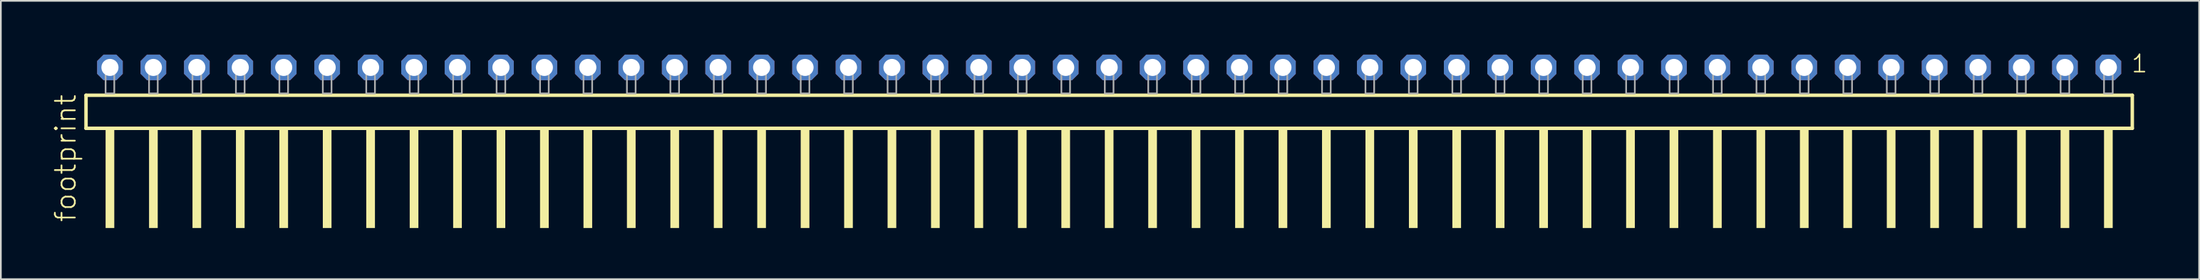
<source format=kicad_pcb>
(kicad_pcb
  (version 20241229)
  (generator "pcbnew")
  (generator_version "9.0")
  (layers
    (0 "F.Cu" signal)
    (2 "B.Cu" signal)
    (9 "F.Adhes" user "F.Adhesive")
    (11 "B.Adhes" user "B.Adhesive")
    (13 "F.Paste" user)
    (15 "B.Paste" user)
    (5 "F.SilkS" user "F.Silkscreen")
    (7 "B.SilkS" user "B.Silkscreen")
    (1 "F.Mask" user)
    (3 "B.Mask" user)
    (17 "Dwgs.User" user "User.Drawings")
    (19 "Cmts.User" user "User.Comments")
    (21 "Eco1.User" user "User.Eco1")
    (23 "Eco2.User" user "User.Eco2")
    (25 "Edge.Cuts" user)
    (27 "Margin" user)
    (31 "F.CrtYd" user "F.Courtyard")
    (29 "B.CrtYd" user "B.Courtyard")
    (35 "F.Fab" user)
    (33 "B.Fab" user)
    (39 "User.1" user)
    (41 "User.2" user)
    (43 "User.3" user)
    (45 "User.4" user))
  (footprint "footprint"
    (layer "F.Cu")
    (at 61.798 2.428)
    (property "Reference" "footprint" (at -60.325 7.62 90) (layer "F.SilkS") (effects (font (size 1.168 1.168) (thickness 0.102)) (justify left bottom)))
    (fp_line (start -59.819 0.106) (end -59.819 2.046) (stroke (width 0.203) (type solid)) (layer "F.SilkS"))
    (fp_line (start -59.819 2.046) (end 59.819 2.046) (stroke (width 0.203) (type solid)) (layer "F.SilkS"))
    (fp_line (start 59.819 0.106) (end -59.819 0.106) (stroke (width 0.203) (type solid)) (layer "F.SilkS"))
    (fp_line (start 59.819 2.046) (end 59.819 0.106) (stroke (width 0.203) (type solid)) (layer "F.SilkS"))
    (fp_poly (pts (xy -58.674 7.89) (xy -58.166 7.89) (xy -58.166 2.04) (xy -58.674 2.04)) (stroke (width 0) (type solid)) (fill yes) (layer "F.SilkS"))
    (fp_poly (pts (xy -56.134 7.89) (xy -55.626 7.89) (xy -55.626 2.04) (xy -56.134 2.04)) (stroke (width 0) (type solid)) (fill yes) (layer "F.SilkS"))
    (fp_poly (pts (xy -53.594 7.89) (xy -53.086 7.89) (xy -53.086 2.04) (xy -53.594 2.04)) (stroke (width 0) (type solid)) (fill yes) (layer "F.SilkS"))
    (fp_poly (pts (xy -51.054 7.89) (xy -50.546 7.89) (xy -50.546 2.04) (xy -51.054 2.04)) (stroke (width 0) (type solid)) (fill yes) (layer "F.SilkS"))
    (fp_poly (pts (xy -48.514 7.89) (xy -48.006 7.89) (xy -48.006 2.04) (xy -48.514 2.04)) (stroke (width 0) (type solid)) (fill yes) (layer "F.SilkS"))
    (fp_poly (pts (xy -45.974 7.89) (xy -45.466 7.89) (xy -45.466 2.04) (xy -45.974 2.04)) (stroke (width 0) (type solid)) (fill yes) (layer "F.SilkS"))
    (fp_poly (pts (xy -43.434 7.89) (xy -42.926 7.89) (xy -42.926 2.04) (xy -43.434 2.04)) (stroke (width 0) (type solid)) (fill yes) (layer "F.SilkS"))
    (fp_poly (pts (xy -40.894 7.89) (xy -40.386 7.89) (xy -40.386 2.04) (xy -40.894 2.04)) (stroke (width 0) (type solid)) (fill yes) (layer "F.SilkS"))
    (fp_poly (pts (xy -38.354 7.89) (xy -37.846 7.89) (xy -37.846 2.04) (xy -38.354 2.04)) (stroke (width 0) (type solid)) (fill yes) (layer "F.SilkS"))
    (fp_poly (pts (xy -35.814 7.89) (xy -35.306 7.89) (xy -35.306 2.04) (xy -35.814 2.04)) (stroke (width 0) (type solid)) (fill yes) (layer "F.SilkS"))
    (fp_poly (pts (xy -33.274 7.89) (xy -32.766 7.89) (xy -32.766 2.04) (xy -33.274 2.04)) (stroke (width 0) (type solid)) (fill yes) (layer "F.SilkS"))
    (fp_poly (pts (xy -30.734 7.89) (xy -30.226 7.89) (xy -30.226 2.04) (xy -30.734 2.04)) (stroke (width 0) (type solid)) (fill yes) (layer "F.SilkS"))
    (fp_poly (pts (xy -28.194 7.89) (xy -27.686 7.89) (xy -27.686 2.04) (xy -28.194 2.04)) (stroke (width 0) (type solid)) (fill yes) (layer "F.SilkS"))
    (fp_poly (pts (xy -25.654 7.89) (xy -25.146 7.89) (xy -25.146 2.04) (xy -25.654 2.04)) (stroke (width 0) (type solid)) (fill yes) (layer "F.SilkS"))
    (fp_poly (pts (xy -23.114 7.89) (xy -22.606 7.89) (xy -22.606 2.04) (xy -23.114 2.04)) (stroke (width 0) (type solid)) (fill yes) (layer "F.SilkS"))
    (fp_poly (pts (xy -20.574 7.89) (xy -20.066 7.89) (xy -20.066 2.04) (xy -20.574 2.04)) (stroke (width 0) (type solid)) (fill yes) (layer "F.SilkS"))
    (fp_poly (pts (xy -18.034 7.89) (xy -17.526 7.89) (xy -17.526 2.04) (xy -18.034 2.04)) (stroke (width 0) (type solid)) (fill yes) (layer "F.SilkS"))
    (fp_poly (pts (xy -15.494 7.89) (xy -14.986 7.89) (xy -14.986 2.04) (xy -15.494 2.04)) (stroke (width 0) (type solid)) (fill yes) (layer "F.SilkS"))
    (fp_poly (pts (xy -12.954 7.89) (xy -12.446 7.89) (xy -12.446 2.04) (xy -12.954 2.04)) (stroke (width 0) (type solid)) (fill yes) (layer "F.SilkS"))
    (fp_poly (pts (xy -10.414 7.89) (xy -9.906 7.89) (xy -9.906 2.04) (xy -10.414 2.04)) (stroke (width 0) (type solid)) (fill yes) (layer "F.SilkS"))
    (fp_poly (pts (xy -7.874 7.89) (xy -7.366 7.89) (xy -7.366 2.04) (xy -7.874 2.04)) (stroke (width 0) (type solid)) (fill yes) (layer "F.SilkS"))
    (fp_poly (pts (xy -5.334 7.89) (xy -4.826 7.89) (xy -4.826 2.04) (xy -5.334 2.04)) (stroke (width 0) (type solid)) (fill yes) (layer "F.SilkS"))
    (fp_poly (pts (xy -2.794 7.89) (xy -2.286 7.89) (xy -2.286 2.04) (xy -2.794 2.04)) (stroke (width 0) (type solid)) (fill yes) (layer "F.SilkS"))
    (fp_poly (pts (xy -0.254 7.89) (xy 0.254 7.89) (xy 0.254 2.04) (xy -0.254 2.04)) (stroke (width 0) (type solid)) (fill yes) (layer "F.SilkS"))
    (fp_poly (pts (xy 2.286 7.89) (xy 2.794 7.89) (xy 2.794 2.04) (xy 2.286 2.04)) (stroke (width 0) (type solid)) (fill yes) (layer "F.SilkS"))
    (fp_poly (pts (xy 4.826 7.89) (xy 5.334 7.89) (xy 5.334 2.04) (xy 4.826 2.04)) (stroke (width 0) (type solid)) (fill yes) (layer "F.SilkS"))
    (fp_poly (pts (xy 7.366 7.89) (xy 7.874 7.89) (xy 7.874 2.04) (xy 7.366 2.04)) (stroke (width 0) (type solid)) (fill yes) (layer "F.SilkS"))
    (fp_poly (pts (xy 9.906 7.89) (xy 10.414 7.89) (xy 10.414 2.04) (xy 9.906 2.04)) (stroke (width 0) (type solid)) (fill yes) (layer "F.SilkS"))
    (fp_poly (pts (xy 12.446 7.89) (xy 12.954 7.89) (xy 12.954 2.04) (xy 12.446 2.04)) (stroke (width 0) (type solid)) (fill yes) (layer "F.SilkS"))
    (fp_poly (pts (xy 14.986 7.89) (xy 15.494 7.89) (xy 15.494 2.04) (xy 14.986 2.04)) (stroke (width 0) (type solid)) (fill yes) (layer "F.SilkS"))
    (fp_poly (pts (xy 17.526 7.89) (xy 18.034 7.89) (xy 18.034 2.04) (xy 17.526 2.04)) (stroke (width 0) (type solid)) (fill yes) (layer "F.SilkS"))
    (fp_poly (pts (xy 20.066 7.89) (xy 20.574 7.89) (xy 20.574 2.04) (xy 20.066 2.04)) (stroke (width 0) (type solid)) (fill yes) (layer "F.SilkS"))
    (fp_poly (pts (xy 22.606 7.89) (xy 23.114 7.89) (xy 23.114 2.04) (xy 22.606 2.04)) (stroke (width 0) (type solid)) (fill yes) (layer "F.SilkS"))
    (fp_poly (pts (xy 25.146 7.89) (xy 25.654 7.89) (xy 25.654 2.04) (xy 25.146 2.04)) (stroke (width 0) (type solid)) (fill yes) (layer "F.SilkS"))
    (fp_poly (pts (xy 27.686 7.89) (xy 28.194 7.89) (xy 28.194 2.04) (xy 27.686 2.04)) (stroke (width 0) (type solid)) (fill yes) (layer "F.SilkS"))
    (fp_poly (pts (xy 30.226 7.89) (xy 30.734 7.89) (xy 30.734 2.04) (xy 30.226 2.04)) (stroke (width 0) (type solid)) (fill yes) (layer "F.SilkS"))
    (fp_poly (pts (xy 32.766 7.89) (xy 33.274 7.89) (xy 33.274 2.04) (xy 32.766 2.04)) (stroke (width 0) (type solid)) (fill yes) (layer "F.SilkS"))
    (fp_poly (pts (xy 35.306 7.89) (xy 35.814 7.89) (xy 35.814 2.04) (xy 35.306 2.04)) (stroke (width 0) (type solid)) (fill yes) (layer "F.SilkS"))
    (fp_poly (pts (xy 37.846 7.89) (xy 38.354 7.89) (xy 38.354 2.04) (xy 37.846 2.04)) (stroke (width 0) (type solid)) (fill yes) (layer "F.SilkS"))
    (fp_poly (pts (xy 40.386 7.89) (xy 40.894 7.89) (xy 40.894 2.04) (xy 40.386 2.04)) (stroke (width 0) (type solid)) (fill yes) (layer "F.SilkS"))
    (fp_poly (pts (xy 42.926 7.89) (xy 43.434 7.89) (xy 43.434 2.04) (xy 42.926 2.04)) (stroke (width 0) (type solid)) (fill yes) (layer "F.SilkS"))
    (fp_poly (pts (xy 45.466 7.89) (xy 45.974 7.89) (xy 45.974 2.04) (xy 45.466 2.04)) (stroke (width 0) (type solid)) (fill yes) (layer "F.SilkS"))
    (fp_poly (pts (xy 48.006 7.89) (xy 48.514 7.89) (xy 48.514 2.04) (xy 48.006 2.04)) (stroke (width 0) (type solid)) (fill yes) (layer "F.SilkS"))
    (fp_poly (pts (xy 50.546 7.89) (xy 51.054 7.89) (xy 51.054 2.04) (xy 50.546 2.04)) (stroke (width 0) (type solid)) (fill yes) (layer "F.SilkS"))
    (fp_poly (pts (xy 53.086 7.89) (xy 53.594 7.89) (xy 53.594 2.04) (xy 53.086 2.04)) (stroke (width 0) (type solid)) (fill yes) (layer "F.SilkS"))
    (fp_poly (pts (xy 55.626 7.89) (xy 56.134 7.89) (xy 56.134 2.04) (xy 55.626 2.04)) (stroke (width 0) (type solid)) (fill yes) (layer "F.SilkS"))
    (fp_poly (pts (xy 58.166 7.89) (xy 58.674 7.89) (xy 58.674 2.04) (xy 58.166 2.04)) (stroke (width 0) (type solid)) (fill yes) (layer "F.SilkS"))
    (fp_poly (pts (xy -58.674 0) (xy -58.166 0) (xy -58.166 -1.778) (xy -58.674 -1.778)) (stroke (width 0.1) (type solid)) (fill no) (layer "F.Fab"))
    (fp_poly (pts (xy -56.134 0) (xy -55.626 0) (xy -55.626 -1.778) (xy -56.134 -1.778)) (stroke (width 0.1) (type solid)) (fill no) (layer "F.Fab"))
    (fp_poly (pts (xy -53.594 0) (xy -53.086 0) (xy -53.086 -1.778) (xy -53.594 -1.778)) (stroke (width 0.1) (type solid)) (fill no) (layer "F.Fab"))
    (fp_poly (pts (xy -51.054 0) (xy -50.546 0) (xy -50.546 -1.778) (xy -51.054 -1.778)) (stroke (width 0.1) (type solid)) (fill no) (layer "F.Fab"))
    (fp_poly (pts (xy -48.514 0) (xy -48.006 0) (xy -48.006 -1.778) (xy -48.514 -1.778)) (stroke (width 0.1) (type solid)) (fill no) (layer "F.Fab"))
    (fp_poly (pts (xy -45.974 0) (xy -45.466 0) (xy -45.466 -1.778) (xy -45.974 -1.778)) (stroke (width 0.1) (type solid)) (fill no) (layer "F.Fab"))
    (fp_poly (pts (xy -43.434 0) (xy -42.926 0) (xy -42.926 -1.778) (xy -43.434 -1.778)) (stroke (width 0.1) (type solid)) (fill no) (layer "F.Fab"))
    (fp_poly (pts (xy -40.894 0) (xy -40.386 0) (xy -40.386 -1.778) (xy -40.894 -1.778)) (stroke (width 0.1) (type solid)) (fill no) (layer "F.Fab"))
    (fp_poly (pts (xy -38.354 0) (xy -37.846 0) (xy -37.846 -1.778) (xy -38.354 -1.778)) (stroke (width 0.1) (type solid)) (fill no) (layer "F.Fab"))
    (fp_poly (pts (xy -35.814 0) (xy -35.306 0) (xy -35.306 -1.778) (xy -35.814 -1.778)) (stroke (width 0.1) (type solid)) (fill no) (layer "F.Fab"))
    (fp_poly (pts (xy -33.274 0) (xy -32.766 0) (xy -32.766 -1.778) (xy -33.274 -1.778)) (stroke (width 0.1) (type solid)) (fill no) (layer "F.Fab"))
    (fp_poly (pts (xy -30.734 0) (xy -30.226 0) (xy -30.226 -1.778) (xy -30.734 -1.778)) (stroke (width 0.1) (type solid)) (fill no) (layer "F.Fab"))
    (fp_poly (pts (xy -28.194 0) (xy -27.686 0) (xy -27.686 -1.778) (xy -28.194 -1.778)) (stroke (width 0.1) (type solid)) (fill no) (layer "F.Fab"))
    (fp_poly (pts (xy -25.654 0) (xy -25.146 0) (xy -25.146 -1.778) (xy -25.654 -1.778)) (stroke (width 0.1) (type solid)) (fill no) (layer "F.Fab"))
    (fp_poly (pts (xy -23.114 0) (xy -22.606 0) (xy -22.606 -1.778) (xy -23.114 -1.778)) (stroke (width 0.1) (type solid)) (fill no) (layer "F.Fab"))
    (fp_poly (pts (xy -20.574 0) (xy -20.066 0) (xy -20.066 -1.778) (xy -20.574 -1.778)) (stroke (width 0.1) (type solid)) (fill no) (layer "F.Fab"))
    (fp_poly (pts (xy -18.034 0) (xy -17.526 0) (xy -17.526 -1.778) (xy -18.034 -1.778)) (stroke (width 0.1) (type solid)) (fill no) (layer "F.Fab"))
    (fp_poly (pts (xy -15.494 0) (xy -14.986 0) (xy -14.986 -1.778) (xy -15.494 -1.778)) (stroke (width 0.1) (type solid)) (fill no) (layer "F.Fab"))
    (fp_poly (pts (xy -12.954 0) (xy -12.446 0) (xy -12.446 -1.778) (xy -12.954 -1.778)) (stroke (width 0.1) (type solid)) (fill no) (layer "F.Fab"))
    (fp_poly (pts (xy -10.414 0) (xy -9.906 0) (xy -9.906 -1.778) (xy -10.414 -1.778)) (stroke (width 0.1) (type solid)) (fill no) (layer "F.Fab"))
    (fp_poly (pts (xy -7.874 0) (xy -7.366 0) (xy -7.366 -1.778) (xy -7.874 -1.778)) (stroke (width 0.1) (type solid)) (fill no) (layer "F.Fab"))
    (fp_poly (pts (xy -5.334 0) (xy -4.826 0) (xy -4.826 -1.778) (xy -5.334 -1.778)) (stroke (width 0.1) (type solid)) (fill no) (layer "F.Fab"))
    (fp_poly (pts (xy -2.794 0) (xy -2.286 0) (xy -2.286 -1.778) (xy -2.794 -1.778)) (stroke (width 0.1) (type solid)) (fill no) (layer "F.Fab"))
    (fp_poly (pts (xy -0.254 0) (xy 0.254 0) (xy 0.254 -1.778) (xy -0.254 -1.778)) (stroke (width 0.1) (type solid)) (fill no) (layer "F.Fab"))
    (fp_poly (pts (xy 2.286 0) (xy 2.794 0) (xy 2.794 -1.778) (xy 2.286 -1.778)) (stroke (width 0.1) (type solid)) (fill no) (layer "F.Fab"))
    (fp_poly (pts (xy 4.826 0) (xy 5.334 0) (xy 5.334 -1.778) (xy 4.826 -1.778)) (stroke (width 0.1) (type solid)) (fill no) (layer "F.Fab"))
    (fp_poly (pts (xy 7.366 0) (xy 7.874 0) (xy 7.874 -1.778) (xy 7.366 -1.778)) (stroke (width 0.1) (type solid)) (fill no) (layer "F.Fab"))
    (fp_poly (pts (xy 9.906 0) (xy 10.414 0) (xy 10.414 -1.778) (xy 9.906 -1.778)) (stroke (width 0.1) (type solid)) (fill no) (layer "F.Fab"))
    (fp_poly (pts (xy 12.446 0) (xy 12.954 0) (xy 12.954 -1.778) (xy 12.446 -1.778)) (stroke (width 0.1) (type solid)) (fill no) (layer "F.Fab"))
    (fp_poly (pts (xy 14.986 0) (xy 15.494 0) (xy 15.494 -1.778) (xy 14.986 -1.778)) (stroke (width 0.1) (type solid)) (fill no) (layer "F.Fab"))
    (fp_poly (pts (xy 17.526 0) (xy 18.034 0) (xy 18.034 -1.778) (xy 17.526 -1.778)) (stroke (width 0.1) (type solid)) (fill no) (layer "F.Fab"))
    (fp_poly (pts (xy 20.066 0) (xy 20.574 0) (xy 20.574 -1.778) (xy 20.066 -1.778)) (stroke (width 0.1) (type solid)) (fill no) (layer "F.Fab"))
    (fp_poly (pts (xy 22.606 0) (xy 23.114 0) (xy 23.114 -1.778) (xy 22.606 -1.778)) (stroke (width 0.1) (type solid)) (fill no) (layer "F.Fab"))
    (fp_poly (pts (xy 25.146 0) (xy 25.654 0) (xy 25.654 -1.778) (xy 25.146 -1.778)) (stroke (width 0.1) (type solid)) (fill no) (layer "F.Fab"))
    (fp_poly (pts (xy 27.686 0) (xy 28.194 0) (xy 28.194 -1.778) (xy 27.686 -1.778)) (stroke (width 0.1) (type solid)) (fill no) (layer "F.Fab"))
    (fp_poly (pts (xy 30.226 0) (xy 30.734 0) (xy 30.734 -1.778) (xy 30.226 -1.778)) (stroke (width 0.1) (type solid)) (fill no) (layer "F.Fab"))
    (fp_poly (pts (xy 32.766 0) (xy 33.274 0) (xy 33.274 -1.778) (xy 32.766 -1.778)) (stroke (width 0.1) (type solid)) (fill no) (layer "F.Fab"))
    (fp_poly (pts (xy 35.306 0) (xy 35.814 0) (xy 35.814 -1.778) (xy 35.306 -1.778)) (stroke (width 0.1) (type solid)) (fill no) (layer "F.Fab"))
    (fp_poly (pts (xy 37.846 0) (xy 38.354 0) (xy 38.354 -1.778) (xy 37.846 -1.778)) (stroke (width 0.1) (type solid)) (fill no) (layer "F.Fab"))
    (fp_poly (pts (xy 40.386 0) (xy 40.894 0) (xy 40.894 -1.778) (xy 40.386 -1.778)) (stroke (width 0.1) (type solid)) (fill no) (layer "F.Fab"))
    (fp_poly (pts (xy 42.926 0) (xy 43.434 0) (xy 43.434 -1.778) (xy 42.926 -1.778)) (stroke (width 0.1) (type solid)) (fill no) (layer "F.Fab"))
    (fp_poly (pts (xy 45.466 0) (xy 45.974 0) (xy 45.974 -1.778) (xy 45.466 -1.778)) (stroke (width 0.1) (type solid)) (fill no) (layer "F.Fab"))
    (fp_poly (pts (xy 48.006 0) (xy 48.514 0) (xy 48.514 -1.778) (xy 48.006 -1.778)) (stroke (width 0.1) (type solid)) (fill no) (layer "F.Fab"))
    (fp_poly (pts (xy 50.546 0) (xy 51.054 0) (xy 51.054 -1.778) (xy 50.546 -1.778)) (stroke (width 0.1) (type solid)) (fill no) (layer "F.Fab"))
    (fp_poly (pts (xy 53.086 0) (xy 53.594 0) (xy 53.594 -1.778) (xy 53.086 -1.778)) (stroke (width 0.1) (type solid)) (fill no) (layer "F.Fab"))
    (fp_poly (pts (xy 55.626 0) (xy 56.134 0) (xy 56.134 -1.778) (xy 55.626 -1.778)) (stroke (width 0.1) (type solid)) (fill no) (layer "F.Fab"))
    (fp_poly (pts (xy 58.166 0) (xy 58.674 0) (xy 58.674 -1.778) (xy 58.166 -1.778)) (stroke (width 0.1) (type solid)) (fill no) (layer "F.Fab"))
    (fp_text user "1" (at 59.702 -1.152 0) (layer "F.SilkS") (effects (font (size 1.012 1.012) (thickness 0.088)) (justify left bottom)))
    (pad "1" thru_hole roundrect (at 58.42 -1.524 180) (size 1.5 1.5) (drill 1) (layers "*.Cu" "*.Mask") (roundrect_rratio 0.25) (chamfer_ratio 0.25) (chamfer top_left top_right bottom_left bottom_right))
    (pad "2" thru_hole roundrect (at 55.88 -1.524 180) (size 1.5 1.5) (drill 1) (layers "*.Cu" "*.Mask") (roundrect_rratio 0.25) (chamfer_ratio 0.25) (chamfer top_left top_right bottom_left bottom_right))
    (pad "3" thru_hole roundrect (at 53.34 -1.524 180) (size 1.5 1.5) (drill 1) (layers "*.Cu" "*.Mask") (roundrect_rratio 0.25) (chamfer_ratio 0.25) (chamfer top_left top_right bottom_left bottom_right))
    (pad "4" thru_hole roundrect (at 50.8 -1.524 180) (size 1.5 1.5) (drill 1) (layers "*.Cu" "*.Mask") (roundrect_rratio 0.25) (chamfer_ratio 0.25) (chamfer top_left top_right bottom_left bottom_right))
    (pad "5" thru_hole roundrect (at 48.26 -1.524 180) (size 1.5 1.5) (drill 1) (layers "*.Cu" "*.Mask") (roundrect_rratio 0.25) (chamfer_ratio 0.25) (chamfer top_left top_right bottom_left bottom_right))
    (pad "6" thru_hole roundrect (at 45.72 -1.524 180) (size 1.5 1.5) (drill 1) (layers "*.Cu" "*.Mask") (roundrect_rratio 0.25) (chamfer_ratio 0.25) (chamfer top_left top_right bottom_left bottom_right))
    (pad "7" thru_hole roundrect (at 43.18 -1.524 180) (size 1.5 1.5) (drill 1) (layers "*.Cu" "*.Mask") (roundrect_rratio 0.25) (chamfer_ratio 0.25) (chamfer top_left top_right bottom_left bottom_right))
    (pad "8" thru_hole roundrect (at 40.64 -1.524 180) (size 1.5 1.5) (drill 1) (layers "*.Cu" "*.Mask") (roundrect_rratio 0.25) (chamfer_ratio 0.25) (chamfer top_left top_right bottom_left bottom_right))
    (pad "9" thru_hole roundrect (at 38.1 -1.524 180) (size 1.5 1.5) (drill 1) (layers "*.Cu" "*.Mask") (roundrect_rratio 0.25) (chamfer_ratio 0.25) (chamfer top_left top_right bottom_left bottom_right))
    (pad "10" thru_hole roundrect (at 35.56 -1.524 180) (size 1.5 1.5) (drill 1) (layers "*.Cu" "*.Mask") (roundrect_rratio 0.25) (chamfer_ratio 0.25) (chamfer top_left top_right bottom_left bottom_right))
    (pad "11" thru_hole roundrect (at 33.02 -1.524 180) (size 1.5 1.5) (drill 1) (layers "*.Cu" "*.Mask") (roundrect_rratio 0.25) (chamfer_ratio 0.25) (chamfer top_left top_right bottom_left bottom_right))
    (pad "12" thru_hole roundrect (at 30.48 -1.524 180) (size 1.5 1.5) (drill 1) (layers "*.Cu" "*.Mask") (roundrect_rratio 0.25) (chamfer_ratio 0.25) (chamfer top_left top_right bottom_left bottom_right))
    (pad "13" thru_hole roundrect (at 27.94 -1.524 180) (size 1.5 1.5) (drill 1) (layers "*.Cu" "*.Mask") (roundrect_rratio 0.25) (chamfer_ratio 0.25) (chamfer top_left top_right bottom_left bottom_right))
    (pad "14" thru_hole roundrect (at 25.4 -1.524 180) (size 1.5 1.5) (drill 1) (layers "*.Cu" "*.Mask") (roundrect_rratio 0.25) (chamfer_ratio 0.25) (chamfer top_left top_right bottom_left bottom_right))
    (pad "15" thru_hole roundrect (at 22.86 -1.524 180) (size 1.5 1.5) (drill 1) (layers "*.Cu" "*.Mask") (roundrect_rratio 0.25) (chamfer_ratio 0.25) (chamfer top_left top_right bottom_left bottom_right))
    (pad "16" thru_hole roundrect (at 20.32 -1.524 180) (size 1.5 1.5) (drill 1) (layers "*.Cu" "*.Mask") (roundrect_rratio 0.25) (chamfer_ratio 0.25) (chamfer top_left top_right bottom_left bottom_right))
    (pad "17" thru_hole roundrect (at 17.78 -1.524 180) (size 1.5 1.5) (drill 1) (layers "*.Cu" "*.Mask") (roundrect_rratio 0.25) (chamfer_ratio 0.25) (chamfer top_left top_right bottom_left bottom_right))
    (pad "18" thru_hole roundrect (at 15.24 -1.524 180) (size 1.5 1.5) (drill 1) (layers "*.Cu" "*.Mask") (roundrect_rratio 0.25) (chamfer_ratio 0.25) (chamfer top_left top_right bottom_left bottom_right))
    (pad "19" thru_hole roundrect (at 12.7 -1.524 180) (size 1.5 1.5) (drill 1) (layers "*.Cu" "*.Mask") (roundrect_rratio 0.25) (chamfer_ratio 0.25) (chamfer top_left top_right bottom_left bottom_right))
    (pad "20" thru_hole roundrect (at 10.16 -1.524 180) (size 1.5 1.5) (drill 1) (layers "*.Cu" "*.Mask") (roundrect_rratio 0.25) (chamfer_ratio 0.25) (chamfer top_left top_right bottom_left bottom_right))
    (pad "21" thru_hole roundrect (at 7.62 -1.524 180) (size 1.5 1.5) (drill 1) (layers "*.Cu" "*.Mask") (roundrect_rratio 0.25) (chamfer_ratio 0.25) (chamfer top_left top_right bottom_left bottom_right))
    (pad "22" thru_hole roundrect (at 5.08 -1.524 180) (size 1.5 1.5) (drill 1) (layers "*.Cu" "*.Mask") (roundrect_rratio 0.25) (chamfer_ratio 0.25) (chamfer top_left top_right bottom_left bottom_right))
    (pad "23" thru_hole roundrect (at 2.54 -1.524 180) (size 1.5 1.5) (drill 1) (layers "*.Cu" "*.Mask") (roundrect_rratio 0.25) (chamfer_ratio 0.25) (chamfer top_left top_right bottom_left bottom_right))
    (pad "24" thru_hole roundrect (at 0 -1.524 180) (size 1.5 1.5) (drill 1) (layers "*.Cu" "*.Mask") (roundrect_rratio 0.25) (chamfer_ratio 0.25) (chamfer top_left top_right bottom_left bottom_right))
    (pad "25" thru_hole roundrect (at -2.54 -1.524 180) (size 1.5 1.5) (drill 1) (layers "*.Cu" "*.Mask") (roundrect_rratio 0.25) (chamfer_ratio 0.25) (chamfer top_left top_right bottom_left bottom_right))
    (pad "26" thru_hole roundrect (at -5.08 -1.524 180) (size 1.5 1.5) (drill 1) (layers "*.Cu" "*.Mask") (roundrect_rratio 0.25) (chamfer_ratio 0.25) (chamfer top_left top_right bottom_left bottom_right))
    (pad "27" thru_hole roundrect (at -7.62 -1.524 180) (size 1.5 1.5) (drill 1) (layers "*.Cu" "*.Mask") (roundrect_rratio 0.25) (chamfer_ratio 0.25) (chamfer top_left top_right bottom_left bottom_right))
    (pad "28" thru_hole roundrect (at -10.16 -1.524 180) (size 1.5 1.5) (drill 1) (layers "*.Cu" "*.Mask") (roundrect_rratio 0.25) (chamfer_ratio 0.25) (chamfer top_left top_right bottom_left bottom_right))
    (pad "29" thru_hole roundrect (at -12.7 -1.524 180) (size 1.5 1.5) (drill 1) (layers "*.Cu" "*.Mask") (roundrect_rratio 0.25) (chamfer_ratio 0.25) (chamfer top_left top_right bottom_left bottom_right))
    (pad "30" thru_hole roundrect (at -15.24 -1.524 180) (size 1.5 1.5) (drill 1) (layers "*.Cu" "*.Mask") (roundrect_rratio 0.25) (chamfer_ratio 0.25) (chamfer top_left top_right bottom_left bottom_right))
    (pad "31" thru_hole roundrect (at -17.78 -1.524 180) (size 1.5 1.5) (drill 1) (layers "*.Cu" "*.Mask") (roundrect_rratio 0.25) (chamfer_ratio 0.25) (chamfer top_left top_right bottom_left bottom_right))
    (pad "32" thru_hole roundrect (at -20.32 -1.524 180) (size 1.5 1.5) (drill 1) (layers "*.Cu" "*.Mask") (roundrect_rratio 0.25) (chamfer_ratio 0.25) (chamfer top_left top_right bottom_left bottom_right))
    (pad "33" thru_hole roundrect (at -22.86 -1.524 180) (size 1.5 1.5) (drill 1) (layers "*.Cu" "*.Mask") (roundrect_rratio 0.25) (chamfer_ratio 0.25) (chamfer top_left top_right bottom_left bottom_right))
    (pad "34" thru_hole roundrect (at -25.4 -1.524 180) (size 1.5 1.5) (drill 1) (layers "*.Cu" "*.Mask") (roundrect_rratio 0.25) (chamfer_ratio 0.25) (chamfer top_left top_right bottom_left bottom_right))
    (pad "35" thru_hole roundrect (at -27.94 -1.524 180) (size 1.5 1.5) (drill 1) (layers "*.Cu" "*.Mask") (roundrect_rratio 0.25) (chamfer_ratio 0.25) (chamfer top_left top_right bottom_left bottom_right))
    (pad "36" thru_hole roundrect (at -30.48 -1.524 180) (size 1.5 1.5) (drill 1) (layers "*.Cu" "*.Mask") (roundrect_rratio 0.25) (chamfer_ratio 0.25) (chamfer top_left top_right bottom_left bottom_right))
    (pad "37" thru_hole roundrect (at -33.02 -1.524 180) (size 1.5 1.5) (drill 1) (layers "*.Cu" "*.Mask") (roundrect_rratio 0.25) (chamfer_ratio 0.25) (chamfer top_left top_right bottom_left bottom_right))
    (pad "38" thru_hole roundrect (at -35.56 -1.524 180) (size 1.5 1.5) (drill 1) (layers "*.Cu" "*.Mask") (roundrect_rratio 0.25) (chamfer_ratio 0.25) (chamfer top_left top_right bottom_left bottom_right))
    (pad "39" thru_hole roundrect (at -38.1 -1.524 180) (size 1.5 1.5) (drill 1) (layers "*.Cu" "*.Mask") (roundrect_rratio 0.25) (chamfer_ratio 0.25) (chamfer top_left top_right bottom_left bottom_right))
    (pad "40" thru_hole roundrect (at -40.64 -1.524 180) (size 1.5 1.5) (drill 1) (layers "*.Cu" "*.Mask") (roundrect_rratio 0.25) (chamfer_ratio 0.25) (chamfer top_left top_right bottom_left bottom_right))
    (pad "41" thru_hole roundrect (at -43.18 -1.524 180) (size 1.5 1.5) (drill 1) (layers "*.Cu" "*.Mask") (roundrect_rratio 0.25) (chamfer_ratio 0.25) (chamfer top_left top_right bottom_left bottom_right))
    (pad "42" thru_hole roundrect (at -45.72 -1.524 180) (size 1.5 1.5) (drill 1) (layers "*.Cu" "*.Mask") (roundrect_rratio 0.25) (chamfer_ratio 0.25) (chamfer top_left top_right bottom_left bottom_right))
    (pad "43" thru_hole roundrect (at -48.26 -1.524 180) (size 1.5 1.5) (drill 1) (layers "*.Cu" "*.Mask") (roundrect_rratio 0.25) (chamfer_ratio 0.25) (chamfer top_left top_right bottom_left bottom_right))
    (pad "44" thru_hole roundrect (at -50.8 -1.524 180) (size 1.5 1.5) (drill 1) (layers "*.Cu" "*.Mask") (roundrect_rratio 0.25) (chamfer_ratio 0.25) (chamfer top_left top_right bottom_left bottom_right))
    (pad "45" thru_hole roundrect (at -53.34 -1.524 180) (size 1.5 1.5) (drill 1) (layers "*.Cu" "*.Mask") (roundrect_rratio 0.25) (chamfer_ratio 0.25) (chamfer top_left top_right bottom_left bottom_right))
    (pad "46" thru_hole roundrect (at -55.88 -1.524 180) (size 1.5 1.5) (drill 1) (layers "*.Cu" "*.Mask") (roundrect_rratio 0.25) (chamfer_ratio 0.25) (chamfer top_left top_right bottom_left bottom_right))
    (pad "47" thru_hole roundrect (at -58.42 -1.524 180) (size 1.5 1.5) (drill 1) (layers "*.Cu" "*.Mask") (roundrect_rratio 0.25) (chamfer_ratio 0.25) (chamfer top_left top_right bottom_left bottom_right)))
  (gr_rect
    (start -3 -3)
    (end 125.526 13.318)
    (stroke (width 0.1) (type default))
    (fill no)
    (layer "Edge.Cuts")))
</source>
